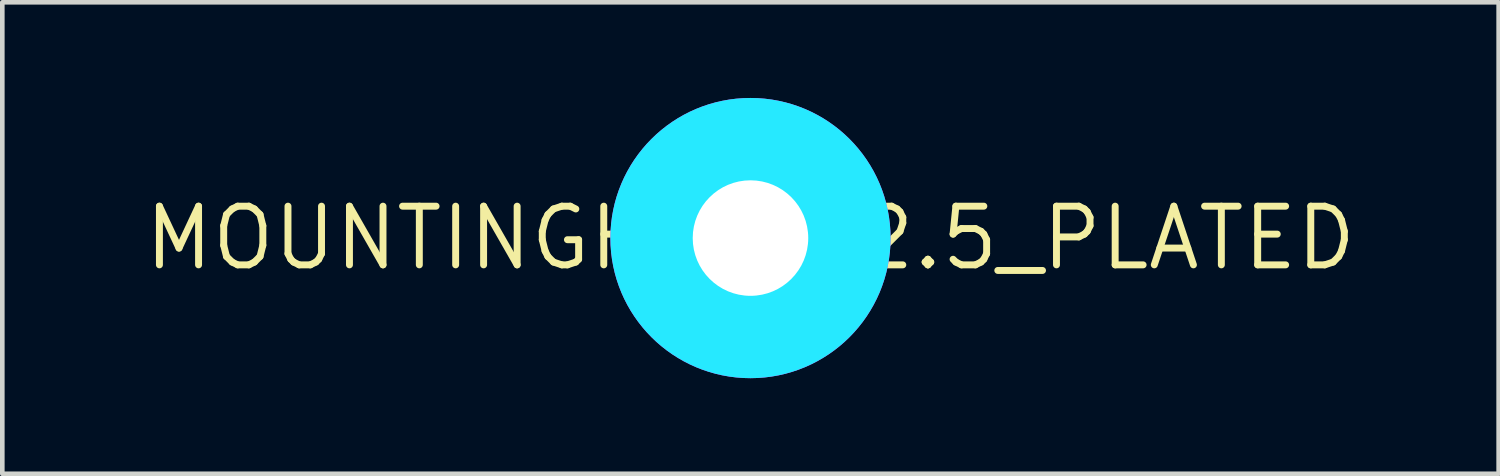
<source format=kicad_pcb>
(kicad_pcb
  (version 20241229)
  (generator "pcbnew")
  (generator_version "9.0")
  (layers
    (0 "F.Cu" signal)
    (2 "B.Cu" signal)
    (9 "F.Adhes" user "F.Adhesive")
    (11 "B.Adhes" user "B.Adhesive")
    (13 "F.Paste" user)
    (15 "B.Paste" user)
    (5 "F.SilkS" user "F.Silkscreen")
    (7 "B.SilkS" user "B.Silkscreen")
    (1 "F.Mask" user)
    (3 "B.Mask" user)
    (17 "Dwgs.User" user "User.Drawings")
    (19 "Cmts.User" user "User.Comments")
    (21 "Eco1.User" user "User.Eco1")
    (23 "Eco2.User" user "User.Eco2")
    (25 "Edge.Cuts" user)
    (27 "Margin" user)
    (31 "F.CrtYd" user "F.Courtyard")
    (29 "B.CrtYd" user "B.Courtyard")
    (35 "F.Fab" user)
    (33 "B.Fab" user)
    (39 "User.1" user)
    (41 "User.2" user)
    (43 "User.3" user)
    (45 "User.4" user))
  (footprint "MOUNTINGHOLE_2.5_PLATED"
    (layer "F.Cu")
    (at 13.191 2.102)
    (property "Reference" "MOUNTINGHOLE_2.5_PLATED" (at 0 0 0) (layer "F.SilkS") (effects (font (size 1.27 1.27) (thickness 0.15))))
    (fp_circle (center 0 0) (end 2 0) (stroke (width 0.203) (type solid)) (fill no) (layer "F.SilkS"))
    (fp_circle (center 0 0) (end 1 0) (stroke (width 2.032) (type solid)) (fill no) (layer "B.CrtYd"))
    (fp_circle (center 0 0) (end 1 0) (stroke (width 2.032) (type solid)) (fill no) (layer "F.CrtYd"))
    (pad "P$1" thru_hole circle (at 0 0) (size 3.2 3.2) (drill 2.5) (layers "*.Cu" "*.Mask"))
    (zone (net_name "") (layer "F.Cu") (hatch edge 0.5) (connect_pads) (min_thickness 0.25) (filled_areas_thickness no) (keepout (tracks not_allowed) (vias not_allowed) (pads not_allowed) (copperpour not_allowed) (footprints allowed)) (placement (enabled no)) (fill) (polygon (pts (xy 15.207 2.102) (xy 15.187 1.821) (xy 15.129 1.546) (xy 15.033 1.282) (xy 14.901 1.033) (xy 14.735 0.806) (xy 14.54 0.603) (xy 14.318 0.43) (xy 14.075 0.29) (xy 13.814 0.184) (xy 13.541 0.116) (xy 13.261 0.087) (xy 12.98 0.097) (xy 12.703 0.145) (xy 12.436 0.232) (xy 12.183 0.356) (xy 11.95 0.513) (xy 11.741 0.701) (xy 11.56 0.917) (xy 11.411 1.155) (xy 11.297 1.412) (xy 11.219 1.682) (xy 11.18 1.961) (xy 11.18 2.242) (xy 11.219 2.521) (xy 11.297 2.791) (xy 11.411 3.048) (xy 11.56 3.287) (xy 11.741 3.502) (xy 11.95 3.69) (xy 12.183 3.848) (xy 12.436 3.971) (xy 12.703 4.058) (xy 12.98 4.107) (xy 13.261 4.116) (xy 13.541 4.087) (xy 13.814 4.019) (xy 14.075 3.914) (xy 14.318 3.773) (xy 14.54 3.6) (xy 14.735 3.397) (xy 14.901 3.17) (xy 15.033 2.922) (xy 15.129 2.657) (xy 15.187 2.382))) (polygon (pts (xy 13.175 2.102) (xy 13.18 2.113) (xy 13.191 2.118) (xy 13.202 2.113) (xy 13.207 2.102) (xy 13.202 2.09) (xy 13.191 2.086) (xy 13.18 2.09))))
    (zone (net_name "") (layer "B.Cu") (hatch edge 0.5) (connect_pads) (min_thickness 0.25) (filled_areas_thickness no) (keepout (tracks not_allowed) (vias not_allowed) (pads not_allowed) (copperpour not_allowed) (footprints allowed)) (placement (enabled no)) (fill) (polygon (pts (xy 15.207 2.102) (xy 15.187 1.821) (xy 15.129 1.546) (xy 15.033 1.282) (xy 14.901 1.033) (xy 14.735 0.806) (xy 14.54 0.603) (xy 14.318 0.43) (xy 14.075 0.29) (xy 13.814 0.184) (xy 13.541 0.116) (xy 13.261 0.087) (xy 12.98 0.097) (xy 12.703 0.145) (xy 12.436 0.232) (xy 12.183 0.356) (xy 11.95 0.513) (xy 11.741 0.701) (xy 11.56 0.917) (xy 11.411 1.155) (xy 11.297 1.412) (xy 11.219 1.682) (xy 11.18 1.961) (xy 11.18 2.242) (xy 11.219 2.521) (xy 11.297 2.791) (xy 11.411 3.048) (xy 11.56 3.287) (xy 11.741 3.502) (xy 11.95 3.69) (xy 12.183 3.848) (xy 12.436 3.971) (xy 12.703 4.058) (xy 12.98 4.107) (xy 13.261 4.116) (xy 13.541 4.087) (xy 13.814 4.019) (xy 14.075 3.914) (xy 14.318 3.773) (xy 14.54 3.6) (xy 14.735 3.397) (xy 14.901 3.17) (xy 15.033 2.922) (xy 15.129 2.657) (xy 15.187 2.382))) (polygon (pts (xy 13.175 2.102) (xy 13.18 2.113) (xy 13.191 2.118) (xy 13.202 2.113) (xy 13.207 2.102) (xy 13.202 2.09) (xy 13.191 2.086) (xy 13.18 2.09)))))
  (gr_rect
    (start -3 -3)
    (end 29.382 7.203)
    (stroke (width 0.1) (type default))
    (fill no)
    (layer "Edge.Cuts")))
</source>
